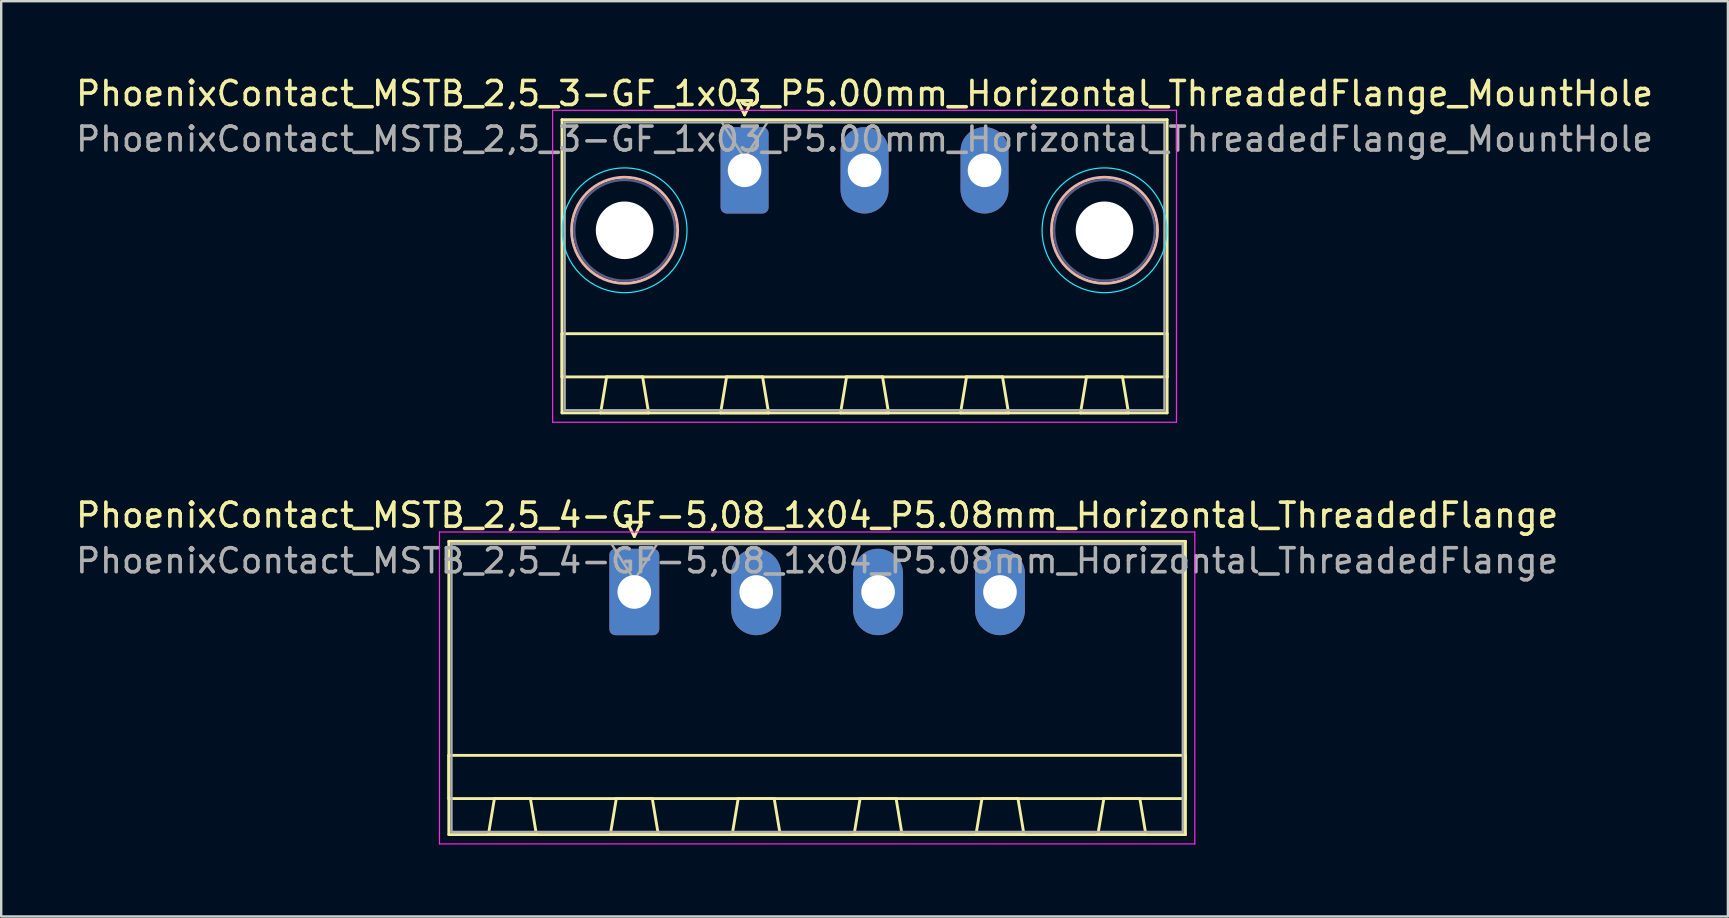
<source format=kicad_pcb>
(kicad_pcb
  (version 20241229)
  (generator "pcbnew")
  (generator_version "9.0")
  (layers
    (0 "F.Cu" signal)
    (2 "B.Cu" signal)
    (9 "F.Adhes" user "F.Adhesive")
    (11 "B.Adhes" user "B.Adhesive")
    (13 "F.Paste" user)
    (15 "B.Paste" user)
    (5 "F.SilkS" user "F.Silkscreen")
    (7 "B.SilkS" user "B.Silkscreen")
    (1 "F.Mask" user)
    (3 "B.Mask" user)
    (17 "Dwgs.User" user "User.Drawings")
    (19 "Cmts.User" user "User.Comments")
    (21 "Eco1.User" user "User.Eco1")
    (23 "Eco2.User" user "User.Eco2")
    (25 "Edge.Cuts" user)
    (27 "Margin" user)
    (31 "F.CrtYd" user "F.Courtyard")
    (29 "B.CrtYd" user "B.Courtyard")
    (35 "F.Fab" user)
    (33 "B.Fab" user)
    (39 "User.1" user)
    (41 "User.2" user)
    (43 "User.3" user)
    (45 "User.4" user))
  (footprint "PhoenixContact_MSTB_2,5_3-GF_1x03_P5.00mm_Horizontal_ThreadedFlange_MountHole"
    (layer "F.Cu")
    (at 27.982 4.048)
    (property "Reference" "PhoenixContact_MSTB_2,5_3-GF_1x03_P5.00mm_Horizontal_ThreadedFlange_MountHole" (at 5 -3.2 0) (layer "F.SilkS") (effects (font (size 1 1) (thickness 0.15))))
    (attr through_hole)
    (fp_line (start -7.61 -2.11) (end -7.61 10.11) (stroke (width 0.12) (type solid)) (layer "F.SilkS"))
    (fp_line (start -7.61 6.81) (end 17.61 6.81) (stroke (width 0.12) (type solid)) (layer "F.SilkS"))
    (fp_line (start -7.61 8.61) (end -7.61 6.81) (stroke (width 0.12) (type solid)) (layer "F.SilkS"))
    (fp_line (start -7.61 10.11) (end 17.61 10.11) (stroke (width 0.12) (type solid)) (layer "F.SilkS"))
    (fp_line (start -6 10.11) (end -4 10.11) (stroke (width 0.12) (type solid)) (layer "F.SilkS"))
    (fp_line (start -5.75 8.61) (end -6 10.11) (stroke (width 0.12) (type solid)) (layer "F.SilkS"))
    (fp_line (start -4.25 8.61) (end -5.75 8.61) (stroke (width 0.12) (type solid)) (layer "F.SilkS"))
    (fp_line (start -4 10.11) (end -4.25 8.61) (stroke (width 0.12) (type solid)) (layer "F.SilkS"))
    (fp_line (start -1 10.11) (end 1 10.11) (stroke (width 0.12) (type solid)) (layer "F.SilkS"))
    (fp_line (start -0.75 8.61) (end -1 10.11) (stroke (width 0.12) (type solid)) (layer "F.SilkS"))
    (fp_line (start -0.3 -2.91) (end 0.3 -2.91) (stroke (width 0.12) (type solid)) (layer "F.SilkS"))
    (fp_line (start 0 -2.31) (end -0.3 -2.91) (stroke (width 0.12) (type solid)) (layer "F.SilkS"))
    (fp_line (start 0.3 -2.91) (end 0 -2.31) (stroke (width 0.12) (type solid)) (layer "F.SilkS"))
    (fp_line (start 0.75 8.61) (end -0.75 8.61) (stroke (width 0.12) (type solid)) (layer "F.SilkS"))
    (fp_line (start 1 10.11) (end 0.75 8.61) (stroke (width 0.12) (type solid)) (layer "F.SilkS"))
    (fp_line (start 4 10.11) (end 6 10.11) (stroke (width 0.12) (type solid)) (layer "F.SilkS"))
    (fp_line (start 4.25 8.61) (end 4 10.11) (stroke (width 0.12) (type solid)) (layer "F.SilkS"))
    (fp_line (start 5.75 8.61) (end 4.25 8.61) (stroke (width 0.12) (type solid)) (layer "F.SilkS"))
    (fp_line (start 6 10.11) (end 5.75 8.61) (stroke (width 0.12) (type solid)) (layer "F.SilkS"))
    (fp_line (start 9 10.11) (end 11 10.11) (stroke (width 0.12) (type solid)) (layer "F.SilkS"))
    (fp_line (start 9.25 8.61) (end 9 10.11) (stroke (width 0.12) (type solid)) (layer "F.SilkS"))
    (fp_line (start 10.75 8.61) (end 9.25 8.61) (stroke (width 0.12) (type solid)) (layer "F.SilkS"))
    (fp_line (start 11 10.11) (end 10.75 8.61) (stroke (width 0.12) (type solid)) (layer "F.SilkS"))
    (fp_line (start 14 10.11) (end 16 10.11) (stroke (width 0.12) (type solid)) (layer "F.SilkS"))
    (fp_line (start 14.25 8.61) (end 14 10.11) (stroke (width 0.12) (type solid)) (layer "F.SilkS"))
    (fp_line (start 15.75 8.61) (end 14.25 8.61) (stroke (width 0.12) (type solid)) (layer "F.SilkS"))
    (fp_line (start 16 10.11) (end 15.75 8.61) (stroke (width 0.12) (type solid)) (layer "F.SilkS"))
    (fp_line (start 17.61 -2.11) (end -7.61 -2.11) (stroke (width 0.12) (type solid)) (layer "F.SilkS"))
    (fp_line (start 17.61 6.81) (end 17.61 8.61) (stroke (width 0.12) (type solid)) (layer "F.SilkS"))
    (fp_line (start 17.61 8.61) (end -7.61 8.61) (stroke (width 0.12) (type solid)) (layer "F.SilkS"))
    (fp_line (start 17.61 10.11) (end 17.61 -2.11) (stroke (width 0.12) (type solid)) (layer "F.SilkS"))
    (fp_circle (center -5 2.5) (end -2.79 2.5) (stroke (width 0.12) (type solid)) (fill no) (layer "B.SilkS"))
    (fp_circle (center 15 2.5) (end 17.21 2.5) (stroke (width 0.12) (type solid)) (fill no) (layer "B.SilkS"))
    (fp_circle (center -5 2.5) (end -2.4 2.5) (stroke (width 0.05) (type solid)) (fill no) (layer "B.CrtYd"))
    (fp_circle (center 15 2.5) (end 17.6 2.5) (stroke (width 0.05) (type solid)) (fill no) (layer "B.CrtYd"))
    (fp_line (start -8 -2.5) (end -8 10.5) (stroke (width 0.05) (type solid)) (layer "F.CrtYd"))
    (fp_line (start -8 10.5) (end 18 10.5) (stroke (width 0.05) (type solid)) (layer "F.CrtYd"))
    (fp_line (start 18 -2.5) (end -8 -2.5) (stroke (width 0.05) (type solid)) (layer "F.CrtYd"))
    (fp_line (start 18 10.5) (end 18 -2.5) (stroke (width 0.05) (type solid)) (layer "F.CrtYd"))
    (fp_circle (center -5 2.5) (end -2.9 2.5) (stroke (width 0.1) (type solid)) (fill no) (layer "B.Fab"))
    (fp_circle (center 15 2.5) (end 17.1 2.5) (stroke (width 0.1) (type solid)) (fill no) (layer "B.Fab"))
    (fp_line (start -7.5 -2) (end -7.5 10) (stroke (width 0.1) (type solid)) (layer "F.Fab"))
    (fp_line (start -7.5 10) (end 17.5 10) (stroke (width 0.1) (type solid)) (layer "F.Fab"))
    (fp_line (start 0 -0.5) (end -0.95 -2) (stroke (width 0.1) (type solid)) (layer "F.Fab"))
    (fp_line (start 0.95 -2) (end 0 -0.5) (stroke (width 0.1) (type solid)) (layer "F.Fab"))
    (fp_line (start 17.5 -2) (end -7.5 -2) (stroke (width 0.1) (type solid)) (layer "F.Fab"))
    (fp_line (start 17.5 10) (end 17.5 -2) (stroke (width 0.1) (type solid)) (layer "F.Fab"))
    (fp_text user "${REFERENCE}" (at 5 -1.3 0) (layer "F.Fab") (effects (font (size 1 1) (thickness 0.15))))
    (pad "" np_thru_hole circle (at -5 2.5) (size 2.4 2.4) (drill 2.4) (layers "*.Cu" "*.Mask"))
    (pad "" np_thru_hole circle (at 15 2.5) (size 2.4 2.4) (drill 2.4) (layers "*.Cu" "*.Mask"))
    (pad "1" thru_hole roundrect (at 0 0) (size 2 3.6) (drill 1.4) (layers "*.Cu" "*.Mask") (roundrect_rratio 0.125))
    (pad "2" thru_hole oval (at 5 0) (size 2 3.6) (drill 1.4) (layers "*.Cu" "*.Mask"))
    (pad "3" thru_hole oval (at 10 0) (size 2 3.6) (drill 1.4) (layers "*.Cu" "*.Mask")))
  (footprint "PhoenixContact_MSTB_2,5_4-GF-5,08_1x04_P5.08mm_Horizontal_ThreadedFlange"
    (layer "F.Cu")
    (at 23.386 21.622)
    (property "Reference" "PhoenixContact_MSTB_2,5_4-GF-5,08_1x04_P5.08mm_Horizontal_ThreadedFlange" (at 7.62 -3.2 0) (layer "F.SilkS") (effects (font (size 1 1) (thickness 0.15))))
    (attr through_hole)
    (fp_line (start -7.73 -2.11) (end -7.73 10.11) (stroke (width 0.12) (type solid)) (layer "F.SilkS"))
    (fp_line (start -7.73 6.81) (end 22.97 6.81) (stroke (width 0.12) (type solid)) (layer "F.SilkS"))
    (fp_line (start -7.73 8.61) (end -7.73 6.81) (stroke (width 0.12) (type solid)) (layer "F.SilkS"))
    (fp_line (start -7.73 10.11) (end 22.97 10.11) (stroke (width 0.12) (type solid)) (layer "F.SilkS"))
    (fp_line (start -6.08 10.11) (end -4.08 10.11) (stroke (width 0.12) (type solid)) (layer "F.SilkS"))
    (fp_line (start -5.83 8.61) (end -6.08 10.11) (stroke (width 0.12) (type solid)) (layer "F.SilkS"))
    (fp_line (start -4.33 8.61) (end -5.83 8.61) (stroke (width 0.12) (type solid)) (layer "F.SilkS"))
    (fp_line (start -4.08 10.11) (end -4.33 8.61) (stroke (width 0.12) (type solid)) (layer "F.SilkS"))
    (fp_line (start -1 10.11) (end 1 10.11) (stroke (width 0.12) (type solid)) (layer "F.SilkS"))
    (fp_line (start -0.75 8.61) (end -1 10.11) (stroke (width 0.12) (type solid)) (layer "F.SilkS"))
    (fp_line (start -0.3 -2.91) (end 0.3 -2.91) (stroke (width 0.12) (type solid)) (layer "F.SilkS"))
    (fp_line (start 0 -2.31) (end -0.3 -2.91) (stroke (width 0.12) (type solid)) (layer "F.SilkS"))
    (fp_line (start 0.3 -2.91) (end 0 -2.31) (stroke (width 0.12) (type solid)) (layer "F.SilkS"))
    (fp_line (start 0.75 8.61) (end -0.75 8.61) (stroke (width 0.12) (type solid)) (layer "F.SilkS"))
    (fp_line (start 1 10.11) (end 0.75 8.61) (stroke (width 0.12) (type solid)) (layer "F.SilkS"))
    (fp_line (start 4.08 10.11) (end 6.08 10.11) (stroke (width 0.12) (type solid)) (layer "F.SilkS"))
    (fp_line (start 4.33 8.61) (end 4.08 10.11) (stroke (width 0.12) (type solid)) (layer "F.SilkS"))
    (fp_line (start 5.83 8.61) (end 4.33 8.61) (stroke (width 0.12) (type solid)) (layer "F.SilkS"))
    (fp_line (start 6.08 10.11) (end 5.83 8.61) (stroke (width 0.12) (type solid)) (layer "F.SilkS"))
    (fp_line (start 9.16 10.11) (end 11.16 10.11) (stroke (width 0.12) (type solid)) (layer "F.SilkS"))
    (fp_line (start 9.41 8.61) (end 9.16 10.11) (stroke (width 0.12) (type solid)) (layer "F.SilkS"))
    (fp_line (start 10.91 8.61) (end 9.41 8.61) (stroke (width 0.12) (type solid)) (layer "F.SilkS"))
    (fp_line (start 11.16 10.11) (end 10.91 8.61) (stroke (width 0.12) (type solid)) (layer "F.SilkS"))
    (fp_line (start 14.24 10.11) (end 16.24 10.11) (stroke (width 0.12) (type solid)) (layer "F.SilkS"))
    (fp_line (start 14.49 8.61) (end 14.24 10.11) (stroke (width 0.12) (type solid)) (layer "F.SilkS"))
    (fp_line (start 15.99 8.61) (end 14.49 8.61) (stroke (width 0.12) (type solid)) (layer "F.SilkS"))
    (fp_line (start 16.24 10.11) (end 15.99 8.61) (stroke (width 0.12) (type solid)) (layer "F.SilkS"))
    (fp_line (start 19.32 10.11) (end 21.32 10.11) (stroke (width 0.12) (type solid)) (layer "F.SilkS"))
    (fp_line (start 19.57 8.61) (end 19.32 10.11) (stroke (width 0.12) (type solid)) (layer "F.SilkS"))
    (fp_line (start 21.07 8.61) (end 19.57 8.61) (stroke (width 0.12) (type solid)) (layer "F.SilkS"))
    (fp_line (start 21.32 10.11) (end 21.07 8.61) (stroke (width 0.12) (type solid)) (layer "F.SilkS"))
    (fp_line (start 22.97 -2.11) (end -7.73 -2.11) (stroke (width 0.12) (type solid)) (layer "F.SilkS"))
    (fp_line (start 22.97 6.81) (end 22.97 8.61) (stroke (width 0.12) (type solid)) (layer "F.SilkS"))
    (fp_line (start 22.97 8.61) (end -7.73 8.61) (stroke (width 0.12) (type solid)) (layer "F.SilkS"))
    (fp_line (start 22.97 10.11) (end 22.97 -2.11) (stroke (width 0.12) (type solid)) (layer "F.SilkS"))
    (fp_line (start -8.12 -2.5) (end -8.12 10.5) (stroke (width 0.05) (type solid)) (layer "F.CrtYd"))
    (fp_line (start -8.12 10.5) (end 23.36 10.5) (stroke (width 0.05) (type solid)) (layer "F.CrtYd"))
    (fp_line (start 23.36 -2.5) (end -8.12 -2.5) (stroke (width 0.05) (type solid)) (layer "F.CrtYd"))
    (fp_line (start 23.36 10.5) (end 23.36 -2.5) (stroke (width 0.05) (type solid)) (layer "F.CrtYd"))
    (fp_line (start -7.62 -2) (end -7.62 10) (stroke (width 0.1) (type solid)) (layer "F.Fab"))
    (fp_line (start -7.62 10) (end 22.86 10) (stroke (width 0.1) (type solid)) (layer "F.Fab"))
    (fp_line (start 0 -0.5) (end -0.95 -2) (stroke (width 0.1) (type solid)) (layer "F.Fab"))
    (fp_line (start 0.95 -2) (end 0 -0.5) (stroke (width 0.1) (type solid)) (layer "F.Fab"))
    (fp_line (start 22.86 -2) (end -7.62 -2) (stroke (width 0.1) (type solid)) (layer "F.Fab"))
    (fp_line (start 22.86 10) (end 22.86 -2) (stroke (width 0.1) (type solid)) (layer "F.Fab"))
    (fp_text user "${REFERENCE}" (at 7.62 -1.3 0) (layer "F.Fab") (effects (font (size 1 1) (thickness 0.15))))
    (pad "1" thru_hole roundrect (at 0 0) (size 2.08 3.6) (drill 1.4) (layers "*.Cu" "*.Mask") (roundrect_rratio 0.12))
    (pad "2" thru_hole oval (at 5.08 0) (size 2.08 3.6) (drill 1.4) (layers "*.Cu" "*.Mask"))
    (pad "3" thru_hole oval (at 10.16 0) (size 2.08 3.6) (drill 1.4) (layers "*.Cu" "*.Mask"))
    (pad "4" thru_hole oval (at 15.24 0) (size 2.08 3.6) (drill 1.4) (layers "*.Cu" "*.Mask")))
  (gr_rect
    (start -3 -3)
    (end 68.964 35.147)
    (stroke (width 0.1) (type default))
    (fill no)
    (layer "Edge.Cuts")))
</source>
